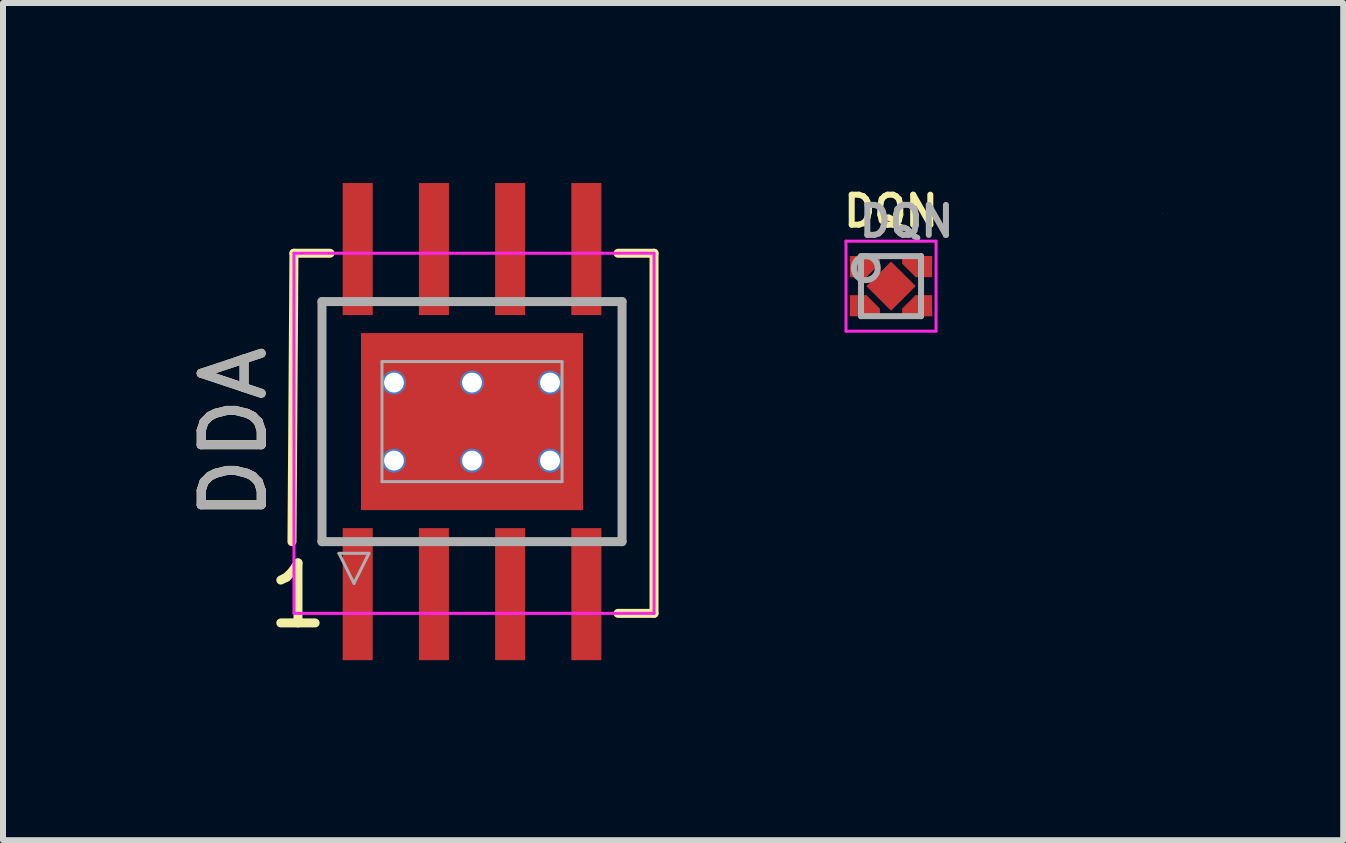
<source format=kicad_pcb>
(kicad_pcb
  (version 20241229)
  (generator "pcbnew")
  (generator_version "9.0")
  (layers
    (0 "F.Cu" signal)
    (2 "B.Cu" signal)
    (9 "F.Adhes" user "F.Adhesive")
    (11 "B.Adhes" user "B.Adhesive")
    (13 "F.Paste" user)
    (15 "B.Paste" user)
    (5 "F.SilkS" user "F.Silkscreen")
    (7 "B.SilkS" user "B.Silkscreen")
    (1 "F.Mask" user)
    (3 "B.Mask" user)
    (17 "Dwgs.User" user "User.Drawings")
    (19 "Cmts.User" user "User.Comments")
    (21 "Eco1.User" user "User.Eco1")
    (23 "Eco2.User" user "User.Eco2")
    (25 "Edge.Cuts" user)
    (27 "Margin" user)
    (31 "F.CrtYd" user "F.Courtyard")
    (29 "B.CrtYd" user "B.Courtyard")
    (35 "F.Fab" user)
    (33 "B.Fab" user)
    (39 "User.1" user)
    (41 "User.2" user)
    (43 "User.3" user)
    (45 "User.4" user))
  (footprint "DQN"
    (layer "F.Cu")
    (at 11.797 1.718)
    (property "Reference" "DQN" (at 0 -1.25 0) (layer "F.SilkS") (effects (font (size 0.5 0.5) (thickness 0.1))))
    (attr smd)
    (fp_line (start -0.75 -0.75) (end 0.75 -0.75) (stroke (width 0.05) (type solid)) (layer "F.CrtYd"))
    (fp_line (start -0.75 0.75) (end -0.75 -0.75) (stroke (width 0.05) (type solid)) (layer "F.CrtYd"))
    (fp_line (start -0.75 0.75) (end 0.75 0.75) (stroke (width 0.05) (type solid)) (layer "F.CrtYd"))
    (fp_line (start 0.75 0.75) (end 0.75 -0.75) (stroke (width 0.05) (type solid)) (layer "F.CrtYd"))
    (fp_line (start 4.53 -1.21) (end 4.53 -1.21) (stroke (width 0.01) (type solid)) (layer "F.CrtYd"))
    (fp_line (start -0.5 -0.5) (end -0.5 0.5) (stroke (width 0.1) (type solid)) (layer "F.Fab"))
    (fp_line (start -0.5 -0.5) (end 0.5 -0.5) (stroke (width 0.1) (type solid)) (layer "F.Fab"))
    (fp_line (start -0.5 0.5) (end 0.5 0.5) (stroke (width 0.1) (type solid)) (layer "F.Fab"))
    (fp_line (start 0.5 -0.5) (end 0.5 0.5) (stroke (width 0.1) (type solid)) (layer "F.Fab"))
    (fp_circle (center -0.42 -0.3) (end -0.22 -0.3) (stroke (width 0.1) (type solid)) (fill no) (layer "F.Fab"))
    (fp_text user "${REFERENCE}" (at 0.26 -1.08 0) (layer "F.Fab") (effects (font (size 0.5 0.5) (thickness 0.1))))
    (pad "1" smd rect (at -0.545 -0.325) (size 0.28 0.35) (layers "F.Cu" "F.Mask" "F.Paste"))
    (pad "1" smd trapezoid (at -0.44 -0.32 180) (size 0.21 0.27) (rect_delta 0 0.2) (layers "F.Cu" "F.Mask" "F.Paste"))
    (pad "1" smd rect (at -0.435 -0.435) (size 0.5 0.13) (layers "F.Cu" "F.Mask" "F.Paste"))
    (pad "1" smd rect (at -0.36 -0.32 315) (size 0.17 0.31) (layers "F.Cu" "F.Mask" "F.Paste"))
    (pad "2" smd rect (at -0.545 0.325) (size 0.28 0.35) (layers "F.Cu" "F.Mask" "F.Paste"))
    (pad "2" smd trapezoid (at -0.44 0.32) (size 0.21 0.27) (rect_delta 0 0.2) (layers "F.Cu" "F.Mask" "F.Paste"))
    (pad "2" smd rect (at -0.435 0.435) (size 0.5 0.13) (layers "F.Cu" "F.Mask" "F.Paste"))
    (pad "2" smd rect (at -0.36 0.32 45) (size 0.17 0.31) (layers "F.Cu" "F.Mask" "F.Paste"))
    (pad "3" smd rect (at 0.36 0.32 315) (size 0.17 0.31) (layers "F.Cu" "F.Mask" "F.Paste"))
    (pad "3" smd trapezoid (at 0.43 0.32) (size 0.21 0.27) (rect_delta 0 0.2) (layers "F.Cu" "F.Mask" "F.Paste"))
    (pad "3" smd rect (at 0.435 0.435) (size 0.5 0.13) (layers "F.Cu" "F.Mask" "F.Paste"))
    (pad "3" smd rect (at 0.545 0.325) (size 0.28 0.35) (layers "F.Cu" "F.Mask" "F.Paste"))
    (pad "4" smd rect (at 0.36 -0.32 45) (size 0.17 0.31) (layers "F.Cu" "F.Mask" "F.Paste"))
    (pad "4" smd trapezoid (at 0.43 -0.32 180) (size 0.21 0.27) (rect_delta 0 0.2) (layers "F.Cu" "F.Mask" "F.Paste"))
    (pad "4" smd rect (at 0.435 -0.435) (size 0.5 0.13) (layers "F.Cu" "F.Mask" "F.Paste"))
    (pad "4" smd rect (at 0.545 -0.325) (size 0.28 0.35) (layers "F.Cu" "F.Mask" "F.Paste"))
    (pad "5" smd rect (at 0 0 45) (size 0.58 0.58) (layers "F.Cu" "F.Mask" "F.Paste")))
  (footprint "DDA"
    (layer "F.Cu")
    (at 4.815 3.975)
    (property "Reference" "DDA" (at -3.967 0.195 90) (layer "F.SilkS") (effects (font (size 1 1) (thickness 0.15))))
    (attr smd)
    (fp_circle (center 1.5 1) (end 1.5 1.25) (stroke (width 0.05) (type solid)) (fill no) (layer "F.Mask"))
    (fp_line (start -3 2) (end -2.967 -2.805) (stroke (width 0.15) (type solid)) (layer "F.SilkS"))
    (fp_line (start -2.967 -2.805) (end -2.367 -2.805) (stroke (width 0.15) (type solid)) (layer "F.SilkS"))
    (fp_line (start 2.433 -2.805) (end 3.033 -2.805) (stroke (width 0.15) (type solid)) (layer "F.SilkS"))
    (fp_line (start 3.033 3.195) (end 2.433 3.195) (stroke (width 0.15) (type solid)) (layer "F.SilkS"))
    (fp_line (start 3.033 3.195) (end 3.033 -2.805) (stroke (width 0.15) (type solid)) (layer "F.SilkS"))
    (fp_line (start -2.967 -2.805) (end 3.033 -2.805) (stroke (width 0.05) (type solid)) (layer "F.CrtYd"))
    (fp_line (start -2.967 3.195) (end -2.967 -2.805) (stroke (width 0.05) (type solid)) (layer "F.CrtYd"))
    (fp_line (start -2.967 3.195) (end 3.033 3.195) (stroke (width 0.05) (type solid)) (layer "F.CrtYd"))
    (fp_line (start 3.033 3.195) (end 3.033 -2.805) (stroke (width 0.05) (type solid)) (layer "F.CrtYd"))
    (fp_line (start -2.5 -2) (end -2.5 2) (stroke (width 0.15) (type solid)) (layer "F.Fab"))
    (fp_line (start -2.5 2) (end 2.5 2) (stroke (width 0.15) (type solid)) (layer "F.Fab"))
    (fp_line (start -2.217 2.195) (end -1.717 2.195) (stroke (width 0.05) (type solid)) (layer "F.Fab"))
    (fp_line (start -1.967 2.695) (end -2.217 2.195) (stroke (width 0.05) (type solid)) (layer "F.Fab"))
    (fp_line (start -1.717 2.195) (end -1.967 2.695) (stroke (width 0.05) (type solid)) (layer "F.Fab"))
    (fp_line (start -1.5 -1) (end 1.5 -1) (stroke (width 0.05) (type solid)) (layer "F.Fab"))
    (fp_line (start -1.5 1) (end -1.5 -1) (stroke (width 0.05) (type solid)) (layer "F.Fab"))
    (fp_line (start 1.5 -1) (end 1.5 1) (stroke (width 0.05) (type solid)) (layer "F.Fab"))
    (fp_line (start 1.5 1) (end -1.5 1) (stroke (width 0.05) (type solid)) (layer "F.Fab"))
    (fp_line (start 2.5 -2) (end -2.5 -2) (stroke (width 0.15) (type solid)) (layer "F.Fab"))
    (fp_line (start 2.5 2) (end 2.5 -2) (stroke (width 0.15) (type solid)) (layer "F.Fab"))
    (fp_text user "1" (at -2.9 2.9 0) (layer "F.SilkS") (effects (font (size 1 1) (thickness 0.15))))
    (fp_text user "${REFERENCE}" (at -3.967 0.195 90) (layer "F.Fab") (effects (font (size 1 1) (thickness 0.15))))
    (pad "1" smd rect (at -1.905 2.875) (size 0.5 2.2) (layers "F.Cu" "F.Mask" "F.Paste"))
    (pad "2" smd rect (at -0.635 2.875) (size 0.5 2.2) (layers "F.Cu" "F.Mask" "F.Paste"))
    (pad "3" smd rect (at 0.635 2.875) (size 0.5 2.2) (layers "F.Cu" "F.Mask" "F.Paste"))
    (pad "4" smd rect (at 1.905 2.875) (size 0.5 2.2) (layers "F.Cu" "F.Mask" "F.Paste"))
    (pad "5" smd rect (at 1.905 -2.875) (size 0.5 2.2) (layers "F.Cu" "F.Mask" "F.Paste"))
    (pad "6" smd rect (at 0.635 -2.875) (size 0.5 2.2) (layers "F.Cu" "F.Mask" "F.Paste"))
    (pad "7" smd rect (at -0.635 -2.875) (size 0.5 2.2) (layers "F.Cu" "F.Mask" "F.Paste"))
    (pad "8" smd rect (at -1.905 -2.875) (size 0.5 2.2) (layers "F.Cu" "F.Mask" "F.Paste"))
    (pad "9" thru_hole circle (at -1.3 -0.65) (size 0.4 0.4) (drill 0.33) (layers "*.Cu" "F.Mask"))
    (pad "9" thru_hole circle (at -1.3 0.65) (size 0.4 0.4) (drill 0.33) (layers "*.Cu" "F.Mask"))
    (pad "9" thru_hole circle (at 0 -0.65) (size 0.4 0.4) (drill 0.33) (layers "*.Cu" "F.Mask"))
    (pad "9" smd rect (at 0 0) (size 3.7 2.95) (layers "F.Cu" "F.Mask" "F.Paste"))
    (pad "9" thru_hole circle (at 0 0.65) (size 0.4 0.4) (drill 0.33) (layers "*.Cu" "F.Mask"))
    (pad "9" thru_hole circle (at 1.3 -0.65) (size 0.4 0.4) (drill 0.33) (layers "*.Cu" "F.Mask"))
    (pad "9" thru_hole circle (at 1.3 0.65) (size 0.4 0.4) (drill 0.33) (layers "*.Cu" "F.Mask")))
  (gr_rect
    (start -3 -3)
    (end 19.332 10.95)
    (stroke (width 0.1) (type default))
    (fill no)
    (layer "Edge.Cuts")))
</source>
